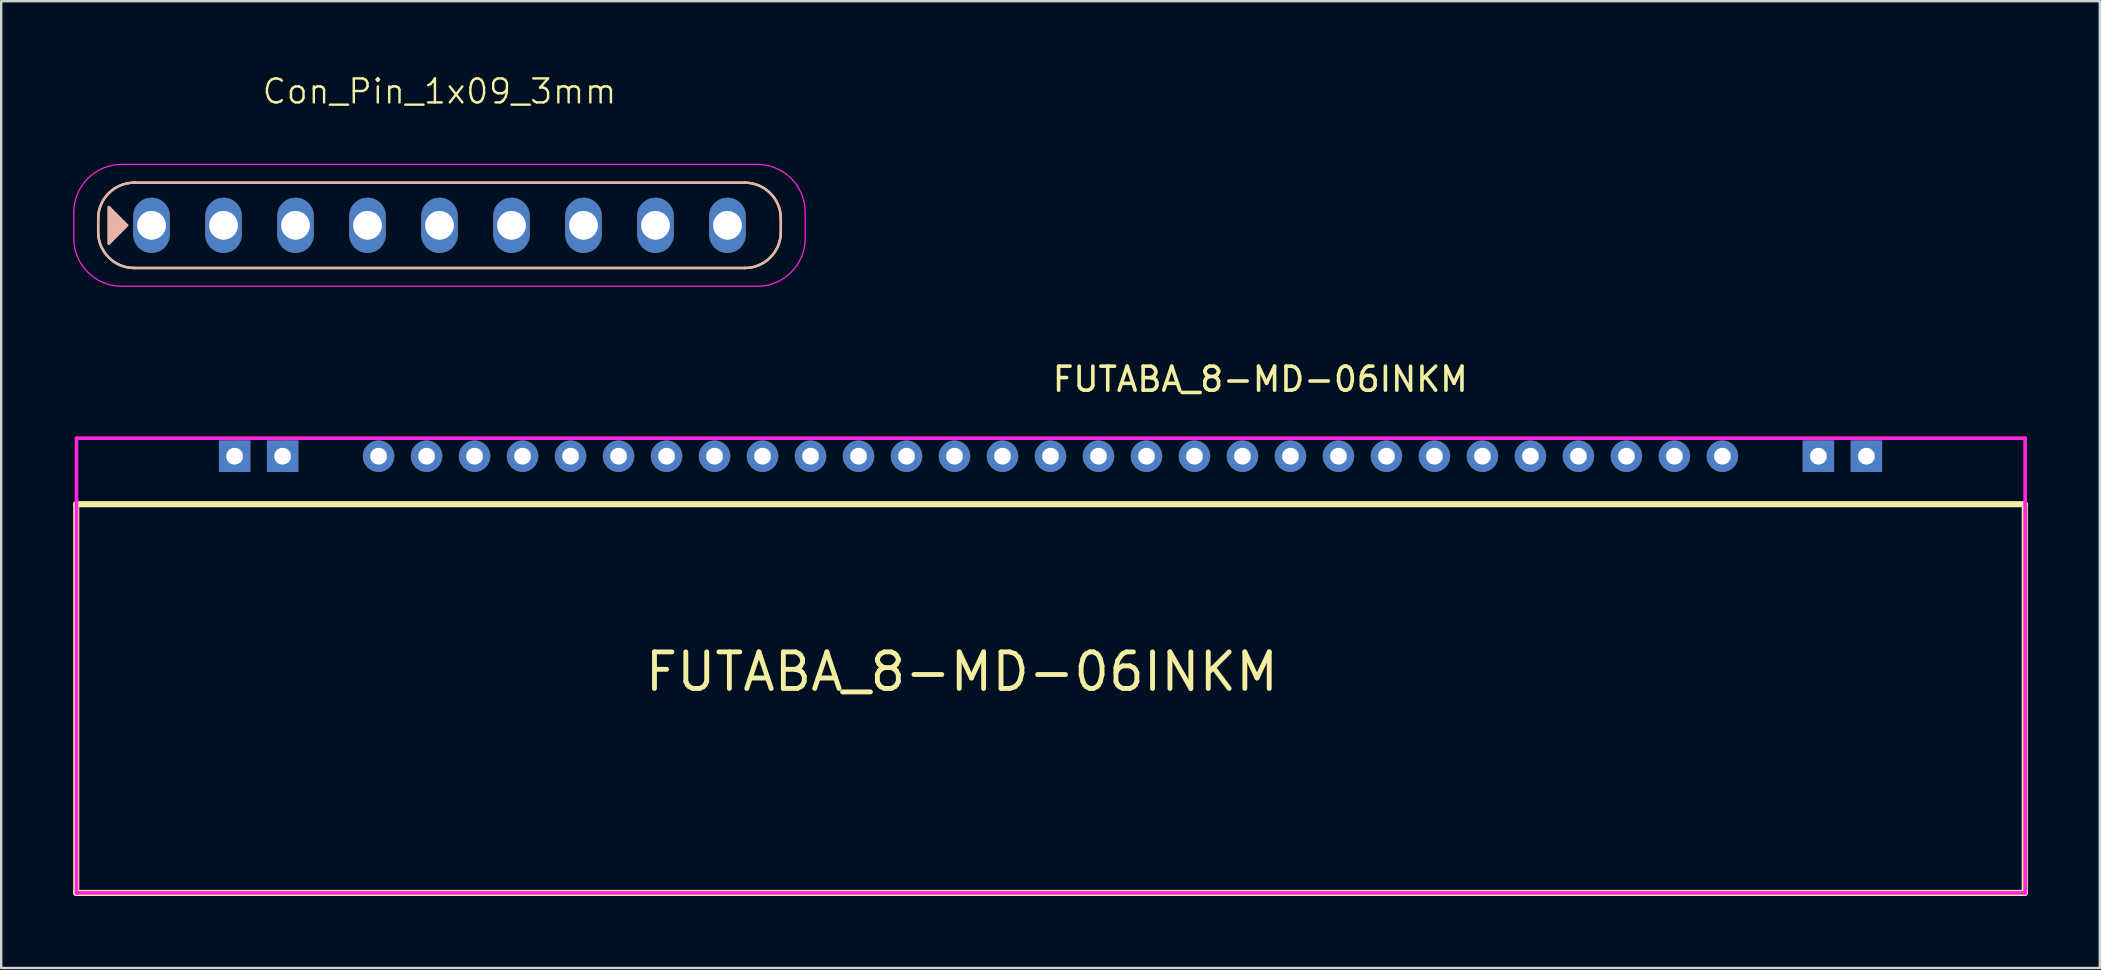
<source format=kicad_pcb>
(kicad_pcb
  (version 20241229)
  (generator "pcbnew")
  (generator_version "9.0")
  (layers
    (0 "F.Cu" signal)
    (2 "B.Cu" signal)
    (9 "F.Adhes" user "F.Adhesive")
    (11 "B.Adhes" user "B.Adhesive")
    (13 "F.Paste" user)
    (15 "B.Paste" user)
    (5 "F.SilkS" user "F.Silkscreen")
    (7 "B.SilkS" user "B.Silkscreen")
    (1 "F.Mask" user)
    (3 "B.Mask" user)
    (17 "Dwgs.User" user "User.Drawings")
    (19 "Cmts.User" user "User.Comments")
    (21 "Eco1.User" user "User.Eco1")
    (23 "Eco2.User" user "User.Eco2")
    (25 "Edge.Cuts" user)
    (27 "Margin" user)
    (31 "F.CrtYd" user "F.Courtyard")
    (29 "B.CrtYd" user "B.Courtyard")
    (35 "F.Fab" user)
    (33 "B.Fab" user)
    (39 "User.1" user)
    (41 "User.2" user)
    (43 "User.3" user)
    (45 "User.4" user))
  (footprint "FUTABA_8-MD-06INKM"
    (layer "F.Cu")
    (at 40.727 15.961)
    (property "Reference" "FUTABA_8-MD-06INKM" (at 0 -3.207 0) (layer "F.SilkS") (effects (font (size 1 1) (thickness 0.15)) (justify left)))
    (attr through_hole)
    (fp_line (start -40.6 2) (end -40.6 18.2) (stroke (width 0.254) (type solid)) (layer "F.SilkS"))
    (fp_line (start 40.6 2) (end -40.6 2) (stroke (width 0.254) (type solid)) (layer "F.SilkS"))
    (fp_line (start 40.6 2) (end 40.6 18.2) (stroke (width 0.254) (type solid)) (layer "F.SilkS"))
    (fp_line (start 40.6 18.2) (end -40.6 18.2) (stroke (width 0.254) (type solid)) (layer "F.SilkS"))
    (fp_line (start -40.589 -0.75) (end 40.615 -0.75) (stroke (width 0.152) (type solid)) (layer "F.CrtYd"))
    (fp_line (start -40.589 18.199) (end -40.589 -0.75) (stroke (width 0.152) (type solid)) (layer "F.CrtYd"))
    (fp_line (start 40.615 -0.75) (end 40.615 18.199) (stroke (width 0.152) (type solid)) (layer "F.CrtYd"))
    (fp_line (start 40.615 18.199) (end -40.589 18.199) (stroke (width 0.152) (type solid)) (layer "F.CrtYd"))
    (fp_text user "FUTABA_8-MD-06INKM" (at -17 8.984 0) (layer "F.SilkS") (effects (font (size 1.524 1.524) (thickness 0.203)) (justify left)))
    (pad "1" thru_hole rect (at 34 0) (size 1.31 1.31) (drill 0.7) (layers "*.Cu" "*.Mask"))
    (pad "2" thru_hole rect (at 32 0) (size 1.31 1.31) (drill 0.7) (layers "*.Cu" "*.Mask"))
    (pad "4" thru_hole circle (at 28 0) (size 1.31 1.31) (drill 0.7) (layers "*.Cu" "*.Mask"))
    (pad "5" thru_hole circle (at 26 0) (size 1.31 1.31) (drill 0.7) (layers "*.Cu" "*.Mask"))
    (pad "6" thru_hole circle (at 24 0) (size 1.31 1.31) (drill 0.7) (layers "*.Cu" "*.Mask"))
    (pad "7" thru_hole circle (at 22 0) (size 1.31 1.31) (drill 0.7) (layers "*.Cu" "*.Mask"))
    (pad "8" thru_hole circle (at 20 0) (size 1.31 1.31) (drill 0.7) (layers "*.Cu" "*.Mask"))
    (pad "9" thru_hole circle (at 18 0) (size 1.31 1.31) (drill 0.7) (layers "*.Cu" "*.Mask"))
    (pad "10" thru_hole circle (at 16 0) (size 1.31 1.31) (drill 0.7) (layers "*.Cu" "*.Mask"))
    (pad "11" thru_hole circle (at 14 0) (size 1.31 1.31) (drill 0.7) (layers "*.Cu" "*.Mask"))
    (pad "12" thru_hole circle (at 12 0) (size 1.31 1.31) (drill 0.7) (layers "*.Cu" "*.Mask"))
    (pad "13" thru_hole circle (at 10 0) (size 1.31 1.31) (drill 0.7) (layers "*.Cu" "*.Mask"))
    (pad "14" thru_hole circle (at 8 0) (size 1.31 1.31) (drill 0.7) (layers "*.Cu" "*.Mask"))
    (pad "15" thru_hole circle (at 6 0) (size 1.31 1.31) (drill 0.7) (layers "*.Cu" "*.Mask"))
    (pad "16" thru_hole circle (at 4 0) (size 1.31 1.31) (drill 0.7) (layers "*.Cu" "*.Mask"))
    (pad "17" thru_hole circle (at 2 0) (size 1.31 1.31) (drill 0.7) (layers "*.Cu" "*.Mask"))
    (pad "18" thru_hole circle (at 0 0) (size 1.31 1.31) (drill 0.7) (layers "*.Cu" "*.Mask"))
    (pad "19" thru_hole circle (at -2 0) (size 1.31 1.31) (drill 0.7) (layers "*.Cu" "*.Mask"))
    (pad "20" thru_hole circle (at -4 0) (size 1.31 1.31) (drill 0.7) (layers "*.Cu" "*.Mask"))
    (pad "21" thru_hole circle (at -6 0) (size 1.31 1.31) (drill 0.7) (layers "*.Cu" "*.Mask"))
    (pad "22" thru_hole circle (at -8 0) (size 1.31 1.31) (drill 0.7) (layers "*.Cu" "*.Mask"))
    (pad "23" thru_hole circle (at -10 0) (size 1.31 1.31) (drill 0.7) (layers "*.Cu" "*.Mask"))
    (pad "24" thru_hole circle (at -12 0) (size 1.31 1.31) (drill 0.7) (layers "*.Cu" "*.Mask"))
    (pad "25" thru_hole circle (at -14 0) (size 1.31 1.31) (drill 0.7) (layers "*.Cu" "*.Mask"))
    (pad "26" thru_hole circle (at -16 0) (size 1.31 1.31) (drill 0.7) (layers "*.Cu" "*.Mask"))
    (pad "27" thru_hole circle (at -18 0) (size 1.31 1.31) (drill 0.7) (layers "*.Cu" "*.Mask"))
    (pad "28" thru_hole circle (at -20 0) (size 1.31 1.31) (drill 0.7) (layers "*.Cu" "*.Mask"))
    (pad "29" thru_hole circle (at -22 0) (size 1.31 1.31) (drill 0.7) (layers "*.Cu" "*.Mask"))
    (pad "30" thru_hole circle (at -24 0) (size 1.31 1.31) (drill 0.7) (layers "*.Cu" "*.Mask"))
    (pad "31" thru_hole circle (at -26 0) (size 1.31 1.31) (drill 0.7) (layers "*.Cu" "*.Mask"))
    (pad "32" thru_hole circle (at -28 0) (size 1.31 1.31) (drill 0.7) (layers "*.Cu" "*.Mask"))
    (pad "34" thru_hole rect (at -32 0) (size 1.31 1.31) (drill 0.7) (layers "*.Cu" "*.Mask"))
    (pad "35" thru_hole rect (at -34 0) (size 1.31 1.31) (drill 0.7) (layers "*.Cu" "*.Mask")))
  (footprint "Con_Pin_1x09_3mm"
    (layer "F.Cu")
    (at 15.265 1.26)
    (property "Reference" "Con_Pin_1x09_3mm" (at 0 -0.5 0) (unlocked yes) (layer "F.SilkS") (effects (font (size 1 1) (thickness 0.1))))
    (attr through_hole)
    (fp_line (start -14.224 5.358) (end -14.224 4.802) (stroke (width 0.1) (type default)) (layer "F.SilkS"))
    (fp_line (start -12.724 3.302) (end 12.724 3.302) (stroke (width 0.1) (type default)) (layer "F.SilkS"))
    (fp_line (start 12.724 6.858) (end -12.724 6.858) (stroke (width 0.1) (type default)) (layer "F.SilkS"))
    (fp_line (start 14.224 4.802) (end 14.224 5.358) (stroke (width 0.1) (type default)) (layer "F.SilkS"))
    (fp_arc (start -14.224 4.802) (mid -13.78466 3.74134) (end -12.724 3.302) (stroke (width 0.1) (type default)) (layer "F.SilkS"))
    (fp_arc (start -12.724 6.858) (mid -13.78466 6.41866) (end -14.224 5.358) (stroke (width 0.1) (type default)) (layer "F.SilkS"))
    (fp_arc (start 12.724 3.302) (mid 13.78466 3.74134) (end 14.224 4.802) (stroke (width 0.1) (type default)) (layer "F.SilkS"))
    (fp_arc (start 14.224 5.358) (mid 13.78466 6.41866) (end 12.724 6.858) (stroke (width 0.1) (type default)) (layer "F.SilkS"))
    (fp_poly (pts (xy -13.018 5.08) (xy -13.78 4.318) (xy -13.78 5.842)) (stroke (width 0.1) (type solid)) (fill yes) (layer "F.SilkS"))
    (fp_line (start -14.224 4.802) (end -14.224 5.358) (stroke (width 0.1) (type default)) (layer "B.SilkS"))
    (fp_line (start -12.724 6.858) (end 12.724 6.858) (stroke (width 0.1) (type default)) (layer "B.SilkS"))
    (fp_line (start 12.724 3.302) (end -12.724 3.302) (stroke (width 0.1) (type default)) (layer "B.SilkS"))
    (fp_line (start 14.224 5.358) (end 14.224 4.802) (stroke (width 0.1) (type default)) (layer "B.SilkS"))
    (fp_arc (start -14.224 4.802) (mid -13.78466 3.74134) (end -12.724 3.302) (stroke (width 0.1) (type default)) (layer "B.SilkS"))
    (fp_arc (start -12.724 6.858) (mid -13.78466 6.41866) (end -14.224 5.358) (stroke (width 0.1) (type default)) (layer "B.SilkS"))
    (fp_arc (start 12.724 3.302) (mid 13.78466 3.74134) (end 14.224 4.802) (stroke (width 0.1) (type default)) (layer "B.SilkS"))
    (fp_arc (start 14.224 5.358) (mid 13.78466 6.41866) (end 12.724 6.858) (stroke (width 0.1) (type default)) (layer "B.SilkS"))
    (fp_poly (pts (xy -13.018 5.08) (xy -13.78 5.842) (xy -13.78 4.318)) (stroke (width 0.1) (type solid)) (fill yes) (layer "B.SilkS"))
    (fp_line (start -15.24 5.62) (end -15.24 4.54) (stroke (width 0.05) (type default)) (layer "F.CrtYd"))
    (fp_line (start -13.24 2.54) (end 13.24 2.54) (stroke (width 0.05) (type default)) (layer "F.CrtYd"))
    (fp_line (start 13.24 7.62) (end -13.24 7.62) (stroke (width 0.05) (type default)) (layer "F.CrtYd"))
    (fp_line (start 15.24 4.54) (end 15.24 5.62) (stroke (width 0.05) (type default)) (layer "F.CrtYd"))
    (fp_arc (start -15.24 4.54) (mid -14.654214 3.125786) (end -13.24 2.54) (stroke (width 0.05) (type default)) (layer "F.CrtYd"))
    (fp_arc (start -13.24 7.62) (mid -14.654214 7.034214) (end -15.24 5.62) (stroke (width 0.05) (type default)) (layer "F.CrtYd"))
    (fp_arc (start 13.24 2.54) (mid 14.654214 3.125786) (end 15.24 4.54) (stroke (width 0.05) (type default)) (layer "F.CrtYd"))
    (fp_arc (start 15.24 5.62) (mid 14.654214 7.034214) (end 13.24 7.62) (stroke (width 0.05) (type default)) (layer "F.CrtYd"))
    (pad "1" thru_hole oval (at -12 5.08 90) (size 2.3 1.524) (drill 1.2) (layers "*.Cu" "*.Mask"))
    (pad "2" thru_hole oval (at -9 5.08 90) (size 2.3 1.524) (drill 1.2) (layers "*.Cu" "*.Mask"))
    (pad "3" thru_hole oval (at -6 5.08 90) (size 2.3 1.524) (drill 1.2) (layers "*.Cu" "*.Mask"))
    (pad "4" thru_hole oval (at -3 5.08 90) (size 2.3 1.524) (drill 1.2) (layers "*.Cu" "*.Mask"))
    (pad "5" thru_hole oval (at 0 5.08 90) (size 2.3 1.524) (drill 1.2) (layers "*.Cu" "*.Mask"))
    (pad "6" thru_hole oval (at 3 5.08 90) (size 2.3 1.524) (drill 1.2) (layers "*.Cu" "*.Mask"))
    (pad "7" thru_hole oval (at 6 5.08 90) (size 2.3 1.524) (drill 1.2) (layers "*.Cu" "*.Mask"))
    (pad "8" thru_hole oval (at 9 5.08 90) (size 2.3 1.524) (drill 1.2) (layers "*.Cu" "*.Mask"))
    (pad "9" thru_hole oval (at 12 5.08 90) (size 2.3 1.524) (drill 1.2) (layers "*.Cu" "*.Mask")))
  (gr_rect
    (start -3 -3)
    (end 84.454 37.288)
    (stroke (width 0.1) (type default))
    (fill no)
    (layer "Edge.Cuts")))
</source>
